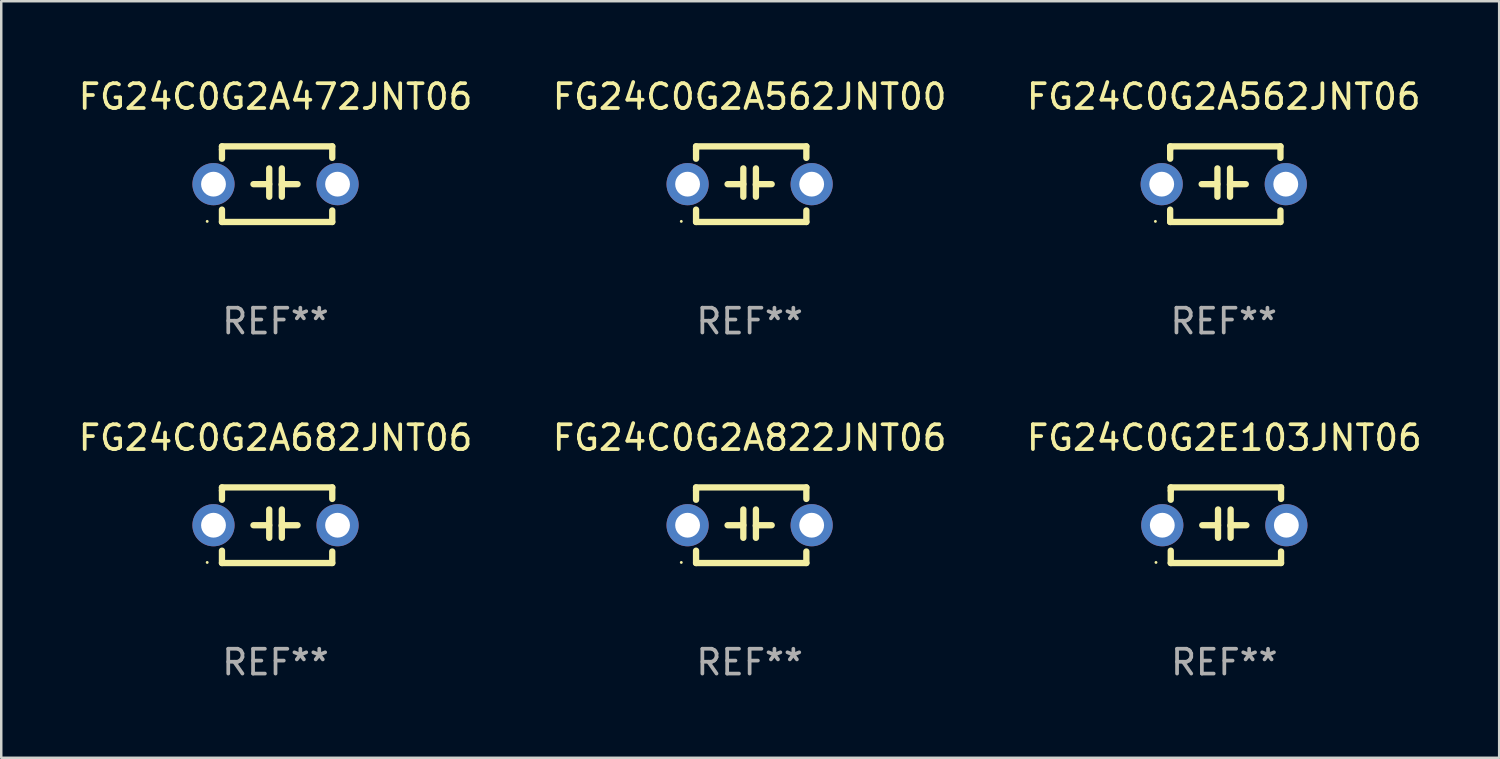
<source format=kicad_pcb>
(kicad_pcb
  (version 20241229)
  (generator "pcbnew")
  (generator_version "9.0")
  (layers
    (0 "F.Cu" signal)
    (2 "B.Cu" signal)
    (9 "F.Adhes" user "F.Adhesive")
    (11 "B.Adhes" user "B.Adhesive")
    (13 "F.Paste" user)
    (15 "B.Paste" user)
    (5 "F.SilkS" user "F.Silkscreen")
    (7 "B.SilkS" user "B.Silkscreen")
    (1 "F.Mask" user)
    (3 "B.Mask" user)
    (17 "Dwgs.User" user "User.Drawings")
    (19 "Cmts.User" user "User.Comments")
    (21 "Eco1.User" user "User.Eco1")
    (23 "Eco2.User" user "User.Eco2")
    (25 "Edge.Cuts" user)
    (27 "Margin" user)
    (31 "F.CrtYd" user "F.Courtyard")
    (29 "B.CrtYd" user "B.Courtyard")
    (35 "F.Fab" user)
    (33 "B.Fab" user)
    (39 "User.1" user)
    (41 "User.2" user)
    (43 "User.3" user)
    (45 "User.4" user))
  (footprint "FG24C0G2A472JNT06"
    (layer "F.Cu")
    (at 8.054 4.372)
    (property "Reference" "FG24C0G2A472JNT06" (at 0 -3.524 0) (layer "F.SilkS") (effects (font (size 1 1) (thickness 0.15))))
    (attr through_hole)
    (fp_line (start -2.159 -1.524) (end 2.286 -1.524) (stroke (width 0.254) (type solid)) (layer "F.SilkS"))
    (fp_line (start -2.159 -1.397) (end -2.159 -1.524) (stroke (width 0.254) (type solid)) (layer "F.SilkS"))
    (fp_line (start -2.159 -1.026) (end -2.159 -1.397) (stroke (width 0.254) (type solid)) (layer "F.SilkS"))
    (fp_line (start -2.159 1.524) (end -2.159 1.026) (stroke (width 0.254) (type solid)) (layer "F.SilkS"))
    (fp_line (start -0.889 0) (end -0.254 0) (stroke (width 0.254) (type solid)) (layer "F.SilkS"))
    (fp_line (start -0.254 0.508) (end -0.254 -0.635) (stroke (width 0.254) (type solid)) (layer "F.SilkS"))
    (fp_line (start 0.254 -0.635) (end 0.254 0.508) (stroke (width 0.254) (type solid)) (layer "F.SilkS"))
    (fp_line (start 0.254 0.04) (end 0.254 0.02) (stroke (width 0.254) (type solid)) (layer "F.SilkS"))
    (fp_line (start 0.889 0) (end 0.254 0) (stroke (width 0.254) (type solid)) (layer "F.SilkS"))
    (fp_line (start 2.286 -1.524) (end 2.286 -1.06) (stroke (width 0.254) (type solid)) (layer "F.SilkS"))
    (fp_line (start 2.286 1.06) (end 2.286 1.524) (stroke (width 0.254) (type solid)) (layer "F.SilkS"))
    (fp_line (start 2.286 1.524) (end -2.159 1.524) (stroke (width 0.254) (type solid)) (layer "F.SilkS"))
    (fp_circle (center -2.754 1.5) (end -2.724 1.5) (stroke (width 0.06) (type solid)) (fill no) (layer "F.SilkS"))
    (fp_text user "REF**" (at 0 5.524 0) (layer "F.Fab") (effects (font (size 1 1) (thickness 0.15))))
    (pad "1" thru_hole circle (at -2.5 0) (size 1.7 1.7) (drill 1) (layers "*.Cu" "*.Mask"))
    (pad "2" thru_hole circle (at 2.5 0) (size 1.7 1.7) (drill 1) (layers "*.Cu" "*.Mask")))
  (footprint "FG24C0G2E103JNT06"
    (layer "F.Cu")
    (at 46.292 18.117)
    (property "Reference" "FG24C0G2E103JNT06" (at 0 -3.524 0) (layer "F.SilkS") (effects (font (size 1 1) (thickness 0.15))))
    (attr through_hole)
    (fp_line (start -2.159 -1.524) (end 2.286 -1.524) (stroke (width 0.254) (type solid)) (layer "F.SilkS"))
    (fp_line (start -2.159 -1.397) (end -2.159 -1.524) (stroke (width 0.254) (type solid)) (layer "F.SilkS"))
    (fp_line (start -2.159 -1.026) (end -2.159 -1.397) (stroke (width 0.254) (type solid)) (layer "F.SilkS"))
    (fp_line (start -2.159 1.524) (end -2.159 1.026) (stroke (width 0.254) (type solid)) (layer "F.SilkS"))
    (fp_line (start -0.889 0) (end -0.254 0) (stroke (width 0.254) (type solid)) (layer "F.SilkS"))
    (fp_line (start -0.254 0.508) (end -0.254 -0.635) (stroke (width 0.254) (type solid)) (layer "F.SilkS"))
    (fp_line (start 0.254 -0.635) (end 0.254 0.508) (stroke (width 0.254) (type solid)) (layer "F.SilkS"))
    (fp_line (start 0.254 0.04) (end 0.254 0.02) (stroke (width 0.254) (type solid)) (layer "F.SilkS"))
    (fp_line (start 0.889 0) (end 0.254 0) (stroke (width 0.254) (type solid)) (layer "F.SilkS"))
    (fp_line (start 2.286 -1.524) (end 2.286 -1.06) (stroke (width 0.254) (type solid)) (layer "F.SilkS"))
    (fp_line (start 2.286 1.06) (end 2.286 1.524) (stroke (width 0.254) (type solid)) (layer "F.SilkS"))
    (fp_line (start 2.286 1.524) (end -2.159 1.524) (stroke (width 0.254) (type solid)) (layer "F.SilkS"))
    (fp_circle (center -2.754 1.5) (end -2.724 1.5) (stroke (width 0.06) (type solid)) (fill no) (layer "F.SilkS"))
    (fp_text user "REF**" (at 0 5.524 0) (layer "F.Fab") (effects (font (size 1 1) (thickness 0.15))))
    (pad "1" thru_hole circle (at -2.5 0) (size 1.7 1.7) (drill 1) (layers "*.Cu" "*.Mask"))
    (pad "2" thru_hole circle (at 2.5 0) (size 1.7 1.7) (drill 1) (layers "*.Cu" "*.Mask")))
  (footprint "FG24C0G2A562JNT00"
    (layer "F.Cu")
    (at 27.161 4.372)
    (property "Reference" "FG24C0G2A562JNT00" (at 0 -3.524 0) (layer "F.SilkS") (effects (font (size 1 1) (thickness 0.15))))
    (attr through_hole)
    (fp_line (start -2.159 -1.524) (end 2.286 -1.524) (stroke (width 0.254) (type solid)) (layer "F.SilkS"))
    (fp_line (start -2.159 -1.397) (end -2.159 -1.524) (stroke (width 0.254) (type solid)) (layer "F.SilkS"))
    (fp_line (start -2.159 -1.026) (end -2.159 -1.397) (stroke (width 0.254) (type solid)) (layer "F.SilkS"))
    (fp_line (start -2.159 1.524) (end -2.159 1.026) (stroke (width 0.254) (type solid)) (layer "F.SilkS"))
    (fp_line (start -0.889 0) (end -0.254 0) (stroke (width 0.254) (type solid)) (layer "F.SilkS"))
    (fp_line (start -0.254 0.508) (end -0.254 -0.635) (stroke (width 0.254) (type solid)) (layer "F.SilkS"))
    (fp_line (start 0.254 -0.635) (end 0.254 0.508) (stroke (width 0.254) (type solid)) (layer "F.SilkS"))
    (fp_line (start 0.254 0.04) (end 0.254 0.02) (stroke (width 0.254) (type solid)) (layer "F.SilkS"))
    (fp_line (start 0.889 0) (end 0.254 0) (stroke (width 0.254) (type solid)) (layer "F.SilkS"))
    (fp_line (start 2.286 -1.524) (end 2.286 -1.06) (stroke (width 0.254) (type solid)) (layer "F.SilkS"))
    (fp_line (start 2.286 1.06) (end 2.286 1.524) (stroke (width 0.254) (type solid)) (layer "F.SilkS"))
    (fp_line (start 2.286 1.524) (end -2.159 1.524) (stroke (width 0.254) (type solid)) (layer "F.SilkS"))
    (fp_circle (center -2.754 1.5) (end -2.724 1.5) (stroke (width 0.06) (type solid)) (fill no) (layer "F.SilkS"))
    (fp_text user "REF**" (at 0 5.524 0) (layer "F.Fab") (effects (font (size 1 1) (thickness 0.15))))
    (pad "1" thru_hole circle (at -2.5 0) (size 1.7 1.7) (drill 1) (layers "*.Cu" "*.Mask"))
    (pad "2" thru_hole circle (at 2.5 0) (size 1.7 1.7) (drill 1) (layers "*.Cu" "*.Mask")))
  (footprint "FG24C0G2A682JNT06"
    (layer "F.Cu")
    (at 8.054 18.117)
    (property "Reference" "FG24C0G2A682JNT06" (at 0 -3.524 0) (layer "F.SilkS") (effects (font (size 1 1) (thickness 0.15))))
    (attr through_hole)
    (fp_line (start -2.159 -1.524) (end 2.286 -1.524) (stroke (width 0.254) (type solid)) (layer "F.SilkS"))
    (fp_line (start -2.159 -1.397) (end -2.159 -1.524) (stroke (width 0.254) (type solid)) (layer "F.SilkS"))
    (fp_line (start -2.159 -1.026) (end -2.159 -1.397) (stroke (width 0.254) (type solid)) (layer "F.SilkS"))
    (fp_line (start -2.159 1.524) (end -2.159 1.026) (stroke (width 0.254) (type solid)) (layer "F.SilkS"))
    (fp_line (start -0.889 0) (end -0.254 0) (stroke (width 0.254) (type solid)) (layer "F.SilkS"))
    (fp_line (start -0.254 0.508) (end -0.254 -0.635) (stroke (width 0.254) (type solid)) (layer "F.SilkS"))
    (fp_line (start 0.254 -0.635) (end 0.254 0.508) (stroke (width 0.254) (type solid)) (layer "F.SilkS"))
    (fp_line (start 0.254 0.04) (end 0.254 0.02) (stroke (width 0.254) (type solid)) (layer "F.SilkS"))
    (fp_line (start 0.889 0) (end 0.254 0) (stroke (width 0.254) (type solid)) (layer "F.SilkS"))
    (fp_line (start 2.286 -1.524) (end 2.286 -1.06) (stroke (width 0.254) (type solid)) (layer "F.SilkS"))
    (fp_line (start 2.286 1.06) (end 2.286 1.524) (stroke (width 0.254) (type solid)) (layer "F.SilkS"))
    (fp_line (start 2.286 1.524) (end -2.159 1.524) (stroke (width 0.254) (type solid)) (layer "F.SilkS"))
    (fp_circle (center -2.754 1.5) (end -2.724 1.5) (stroke (width 0.06) (type solid)) (fill no) (layer "F.SilkS"))
    (fp_text user "REF**" (at 0 5.524 0) (layer "F.Fab") (effects (font (size 1 1) (thickness 0.15))))
    (pad "1" thru_hole circle (at -2.5 0) (size 1.7 1.7) (drill 1) (layers "*.Cu" "*.Mask"))
    (pad "2" thru_hole circle (at 2.5 0) (size 1.7 1.7) (drill 1) (layers "*.Cu" "*.Mask")))
  (footprint "FG24C0G2A562JNT06"
    (layer "F.Cu")
    (at 46.268 4.372)
    (property "Reference" "FG24C0G2A562JNT06" (at 0 -3.524 0) (layer "F.SilkS") (effects (font (size 1 1) (thickness 0.15))))
    (attr through_hole)
    (fp_line (start -2.159 -1.524) (end 2.286 -1.524) (stroke (width 0.254) (type solid)) (layer "F.SilkS"))
    (fp_line (start -2.159 -1.397) (end -2.159 -1.524) (stroke (width 0.254) (type solid)) (layer "F.SilkS"))
    (fp_line (start -2.159 -1.026) (end -2.159 -1.397) (stroke (width 0.254) (type solid)) (layer "F.SilkS"))
    (fp_line (start -2.159 1.524) (end -2.159 1.026) (stroke (width 0.254) (type solid)) (layer "F.SilkS"))
    (fp_line (start -0.889 0) (end -0.254 0) (stroke (width 0.254) (type solid)) (layer "F.SilkS"))
    (fp_line (start -0.254 0.508) (end -0.254 -0.635) (stroke (width 0.254) (type solid)) (layer "F.SilkS"))
    (fp_line (start 0.254 -0.635) (end 0.254 0.508) (stroke (width 0.254) (type solid)) (layer "F.SilkS"))
    (fp_line (start 0.254 0.04) (end 0.254 0.02) (stroke (width 0.254) (type solid)) (layer "F.SilkS"))
    (fp_line (start 0.889 0) (end 0.254 0) (stroke (width 0.254) (type solid)) (layer "F.SilkS"))
    (fp_line (start 2.286 -1.524) (end 2.286 -1.06) (stroke (width 0.254) (type solid)) (layer "F.SilkS"))
    (fp_line (start 2.286 1.06) (end 2.286 1.524) (stroke (width 0.254) (type solid)) (layer "F.SilkS"))
    (fp_line (start 2.286 1.524) (end -2.159 1.524) (stroke (width 0.254) (type solid)) (layer "F.SilkS"))
    (fp_circle (center -2.754 1.5) (end -2.724 1.5) (stroke (width 0.06) (type solid)) (fill no) (layer "F.SilkS"))
    (fp_text user "REF**" (at 0 5.524 0) (layer "F.Fab") (effects (font (size 1 1) (thickness 0.15))))
    (pad "1" thru_hole circle (at -2.5 0) (size 1.7 1.7) (drill 1) (layers "*.Cu" "*.Mask"))
    (pad "2" thru_hole circle (at 2.5 0) (size 1.7 1.7) (drill 1) (layers "*.Cu" "*.Mask")))
  (footprint "FG24C0G2A822JNT06"
    (layer "F.Cu")
    (at 27.161 18.117)
    (property "Reference" "FG24C0G2A822JNT06" (at 0 -3.524 0) (layer "F.SilkS") (effects (font (size 1 1) (thickness 0.15))))
    (attr through_hole)
    (fp_line (start -2.159 -1.524) (end 2.286 -1.524) (stroke (width 0.254) (type solid)) (layer "F.SilkS"))
    (fp_line (start -2.159 -1.397) (end -2.159 -1.524) (stroke (width 0.254) (type solid)) (layer "F.SilkS"))
    (fp_line (start -2.159 -1.026) (end -2.159 -1.397) (stroke (width 0.254) (type solid)) (layer "F.SilkS"))
    (fp_line (start -2.159 1.524) (end -2.159 1.026) (stroke (width 0.254) (type solid)) (layer "F.SilkS"))
    (fp_line (start -0.889 0) (end -0.254 0) (stroke (width 0.254) (type solid)) (layer "F.SilkS"))
    (fp_line (start -0.254 0.508) (end -0.254 -0.635) (stroke (width 0.254) (type solid)) (layer "F.SilkS"))
    (fp_line (start 0.254 -0.635) (end 0.254 0.508) (stroke (width 0.254) (type solid)) (layer "F.SilkS"))
    (fp_line (start 0.254 0.04) (end 0.254 0.02) (stroke (width 0.254) (type solid)) (layer "F.SilkS"))
    (fp_line (start 0.889 0) (end 0.254 0) (stroke (width 0.254) (type solid)) (layer "F.SilkS"))
    (fp_line (start 2.286 -1.524) (end 2.286 -1.06) (stroke (width 0.254) (type solid)) (layer "F.SilkS"))
    (fp_line (start 2.286 1.06) (end 2.286 1.524) (stroke (width 0.254) (type solid)) (layer "F.SilkS"))
    (fp_line (start 2.286 1.524) (end -2.159 1.524) (stroke (width 0.254) (type solid)) (layer "F.SilkS"))
    (fp_circle (center -2.754 1.5) (end -2.724 1.5) (stroke (width 0.06) (type solid)) (fill no) (layer "F.SilkS"))
    (fp_text user "REF**" (at 0 5.524 0) (layer "F.Fab") (effects (font (size 1 1) (thickness 0.15))))
    (pad "1" thru_hole circle (at -2.5 0) (size 1.7 1.7) (drill 1) (layers "*.Cu" "*.Mask"))
    (pad "2" thru_hole circle (at 2.5 0) (size 1.7 1.7) (drill 1) (layers "*.Cu" "*.Mask")))
  (gr_rect
    (start -3 -3)
    (end 57.369 27.489)
    (stroke (width 0.1) (type default))
    (fill no)
    (layer "Edge.Cuts")))
</source>
